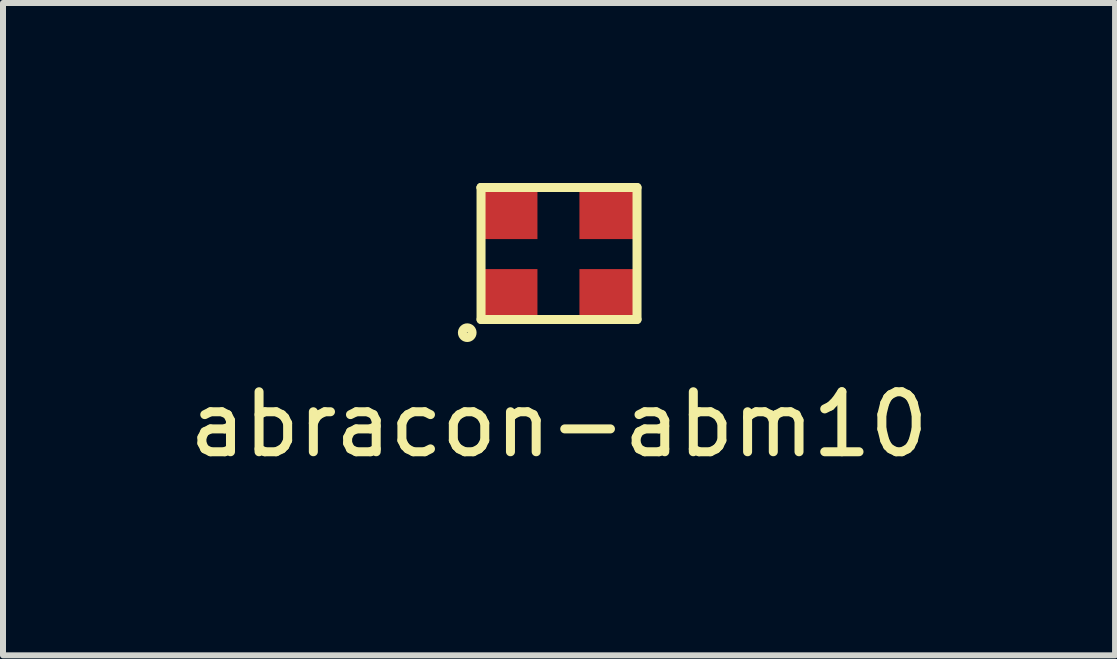
<source format=kicad_pcb>
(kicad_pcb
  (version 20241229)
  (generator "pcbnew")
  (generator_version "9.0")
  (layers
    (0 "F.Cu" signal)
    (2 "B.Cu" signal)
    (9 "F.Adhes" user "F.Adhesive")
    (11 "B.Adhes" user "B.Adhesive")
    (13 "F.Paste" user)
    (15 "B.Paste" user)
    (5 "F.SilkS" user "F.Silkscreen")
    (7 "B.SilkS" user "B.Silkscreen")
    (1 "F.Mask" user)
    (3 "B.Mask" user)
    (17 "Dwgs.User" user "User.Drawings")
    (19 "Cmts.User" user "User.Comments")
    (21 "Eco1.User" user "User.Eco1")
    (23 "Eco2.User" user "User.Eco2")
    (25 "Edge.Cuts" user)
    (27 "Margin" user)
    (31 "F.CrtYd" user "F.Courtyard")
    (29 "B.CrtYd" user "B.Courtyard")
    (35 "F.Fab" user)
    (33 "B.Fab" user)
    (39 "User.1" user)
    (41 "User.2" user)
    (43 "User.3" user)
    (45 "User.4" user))
  (footprint "abracon-abm10"
    (layer "F.Cu")
    (at 6.268 1.175)
    (property "Reference" "abracon-abm10" (at 0 2.85 0) (layer "F.SilkS") (effects (font (size 1 1) (thickness 0.15))))
    (attr through_hole)
    (fp_line (start -1.3 -1.1) (end -1.3 -1.1) (stroke (width 0.15) (type solid)) (layer "F.SilkS"))
    (fp_line (start -1.3 -1.1) (end 1.3 -1.1) (stroke (width 0.15) (type solid)) (layer "F.SilkS"))
    (fp_line (start -1.3 1.1) (end -1.3 -1.1) (stroke (width 0.15) (type solid)) (layer "F.SilkS"))
    (fp_line (start 1.3 -1.1) (end 1.3 1.1) (stroke (width 0.15) (type solid)) (layer "F.SilkS"))
    (fp_line (start 1.3 1.1) (end -1.3 1.1) (stroke (width 0.15) (type solid)) (layer "F.SilkS"))
    (fp_circle (center -1.53 1.32) (end -1.49 1.39) (stroke (width 0.15) (type solid)) (fill no) (layer "F.SilkS"))
    (pad "1" smd rect (at -0.81 0.66) (size 0.9 0.8) (layers "F.Cu" "F.Mask" "F.Paste"))
    (pad "2" smd rect (at 0.79 0.66) (size 0.9 0.8) (layers "F.Cu" "F.Mask" "F.Paste"))
    (pad "3" smd rect (at 0.79 -0.64) (size 0.9 0.8) (layers "F.Cu" "F.Mask" "F.Paste"))
    (pad "4" smd rect (at -0.81 -0.64) (size 0.9 0.8) (layers "F.Cu" "F.Mask" "F.Paste")))
  (gr_rect
    (start -3 -3)
    (end 15.536 7.873)
    (stroke (width 0.1) (type default))
    (fill no)
    (layer "Edge.Cuts")))
</source>
